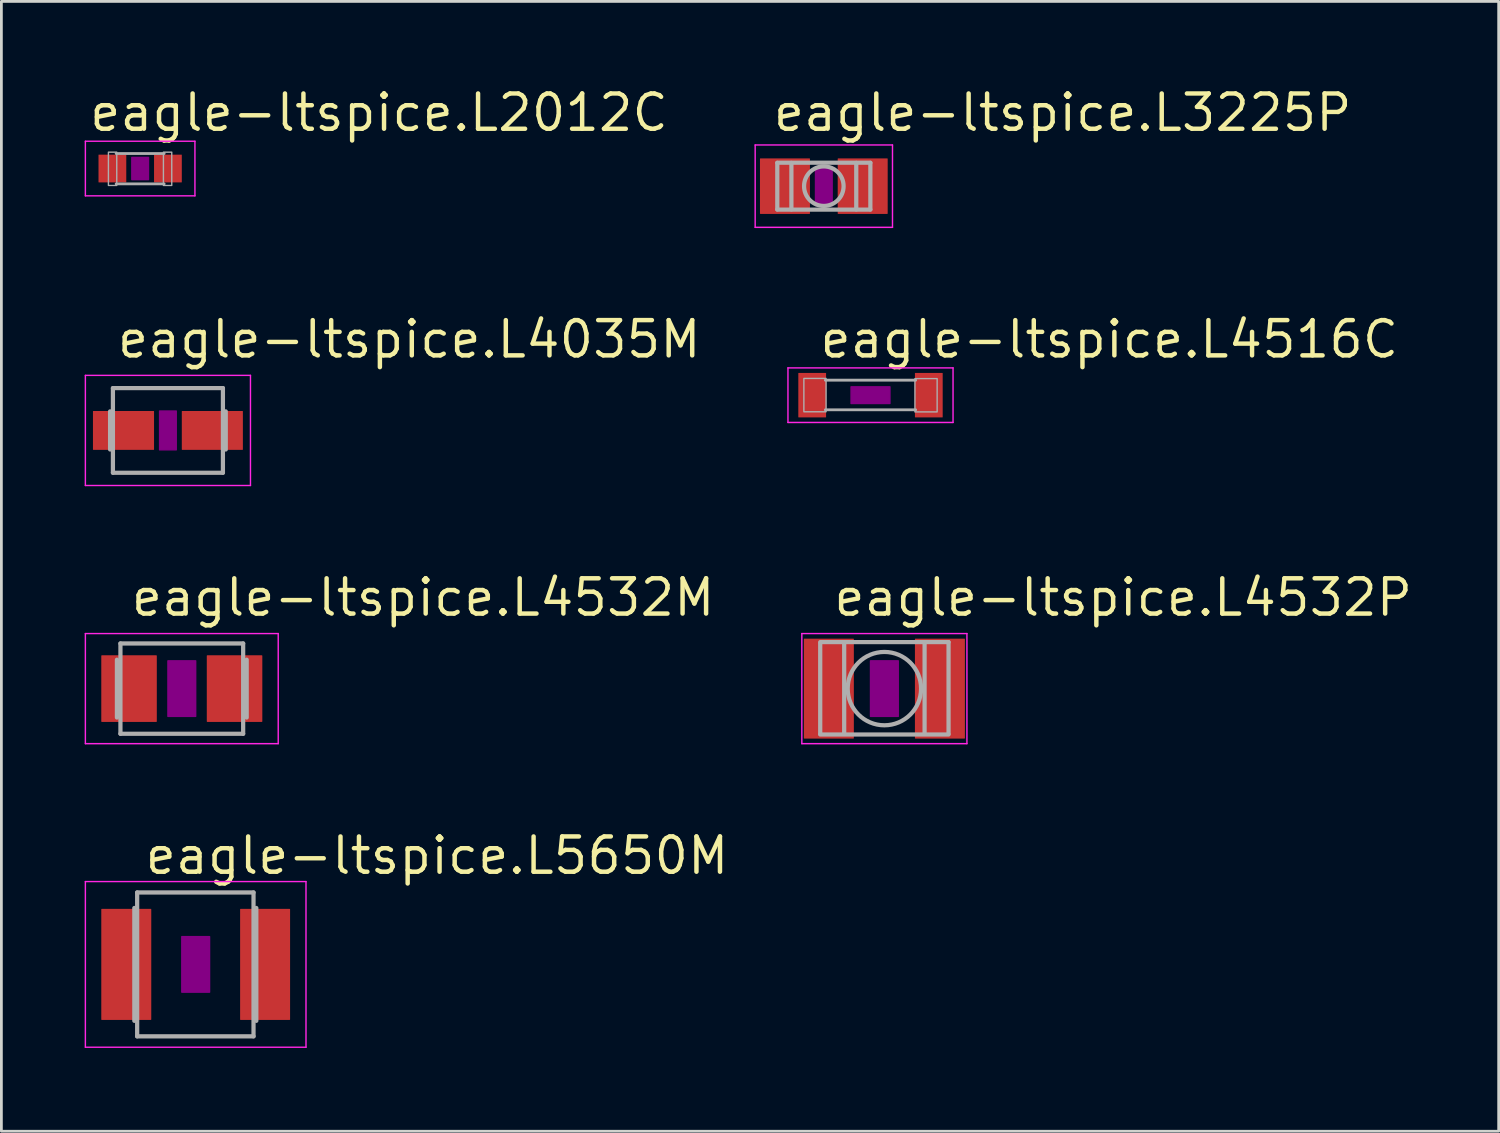
<source format=kicad_pcb>
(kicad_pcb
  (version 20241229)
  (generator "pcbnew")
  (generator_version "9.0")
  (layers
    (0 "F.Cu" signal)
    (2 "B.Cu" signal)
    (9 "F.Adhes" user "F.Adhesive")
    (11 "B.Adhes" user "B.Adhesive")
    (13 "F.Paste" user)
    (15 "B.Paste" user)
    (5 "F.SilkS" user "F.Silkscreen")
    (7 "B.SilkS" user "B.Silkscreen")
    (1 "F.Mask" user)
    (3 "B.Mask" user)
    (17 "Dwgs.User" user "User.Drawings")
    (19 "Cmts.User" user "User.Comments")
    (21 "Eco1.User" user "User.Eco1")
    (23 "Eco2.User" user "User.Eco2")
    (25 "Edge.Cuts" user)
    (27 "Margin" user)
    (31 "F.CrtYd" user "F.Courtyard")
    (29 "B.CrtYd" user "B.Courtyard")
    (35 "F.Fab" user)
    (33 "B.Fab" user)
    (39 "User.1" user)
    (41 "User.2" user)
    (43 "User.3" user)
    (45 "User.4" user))
  (footprint "eagle-ltspice.L5650M"
    (layer "F.Cu")
    (at 3.998 31.685)
    (property "Reference" "eagle-ltspice.L5650M" (at -1.905 -3.175 0) (layer "F.SilkS") (effects (font (size 1.27 1.27) (thickness 0.16)) (justify left bottom)))
    (attr smd)
    (fp_rect (start -0.5 1) (end 0.5 -1) (stroke (width 0.05) (type default)) (fill yes) (layer "F.Adhes"))
    (fp_line (start -3.973 -2.983) (end 3.973 -2.983) (stroke (width 0.051) (type default)) (layer "F.CrtYd"))
    (fp_line (start -3.973 2.983) (end -3.973 -2.983) (stroke (width 0.051) (type default)) (layer "F.CrtYd"))
    (fp_line (start 3.973 -2.983) (end 3.973 2.983) (stroke (width 0.051) (type default)) (layer "F.CrtYd"))
    (fp_line (start 3.973 2.983) (end -3.973 2.983) (stroke (width 0.051) (type default)) (layer "F.CrtYd"))
    (fp_line (start -2.21 -2.032) (end -2.21 2.032) (stroke (width 0.152) (type default)) (layer "F.Fab"))
    (fp_line (start -2.108 -2.591) (end -2.108 2.591) (stroke (width 0.152) (type default)) (layer "F.Fab"))
    (fp_line (start -2.108 2.591) (end 2.083 2.591) (stroke (width 0.152) (type default)) (layer "F.Fab"))
    (fp_line (start 2.083 -2.591) (end -2.108 -2.591) (stroke (width 0.152) (type default)) (layer "F.Fab"))
    (fp_line (start 2.083 -2.591) (end 2.083 2.591) (stroke (width 0.152) (type default)) (layer "F.Fab"))
    (fp_line (start 2.184 -2.032) (end 2.184 2.032) (stroke (width 0.152) (type default)) (layer "F.Fab"))
    (pad "1" smd roundrect (at -2.5 0) (size 1.8 4) (layers "F.Cu" "F.Mask" "F.Paste") (roundrect_rratio 0.01))
    (pad "2" smd roundrect (at 2.5 0) (size 1.8 4) (layers "F.Cu" "F.Mask" "F.Paste") (roundrect_rratio 0.01)))
  (footprint "eagle-ltspice.L4035M"
    (layer "F.Cu")
    (at 2.998 12.453)
    (property "Reference" "eagle-ltspice.L4035M" (at -1.905 -2.54 0) (layer "F.SilkS") (effects (font (size 1.27 1.27) (thickness 0.16)) (justify left bottom)))
    (attr smd)
    (fp_rect (start -0.3 0.7) (end 0.3 -0.7) (stroke (width 0.05) (type default)) (fill yes) (layer "F.Adhes"))
    (fp_line (start -2.973 -1.983) (end 2.973 -1.983) (stroke (width 0.051) (type default)) (layer "F.CrtYd"))
    (fp_line (start -2.973 1.983) (end -2.973 -1.983) (stroke (width 0.051) (type default)) (layer "F.CrtYd"))
    (fp_line (start 2.973 -1.983) (end 2.973 1.983) (stroke (width 0.051) (type default)) (layer "F.CrtYd"))
    (fp_line (start 2.973 1.983) (end -2.973 1.983) (stroke (width 0.051) (type default)) (layer "F.CrtYd"))
    (fp_line (start -2.083 -0.686) (end -2.083 0.686) (stroke (width 0.152) (type default)) (layer "F.Fab"))
    (fp_line (start -1.981 -1.524) (end -1.981 1.524) (stroke (width 0.152) (type default)) (layer "F.Fab"))
    (fp_line (start -1.981 1.524) (end 1.981 1.524) (stroke (width 0.152) (type default)) (layer "F.Fab"))
    (fp_line (start 1.981 -1.524) (end -1.981 -1.524) (stroke (width 0.152) (type default)) (layer "F.Fab"))
    (fp_line (start 1.981 1.524) (end 1.981 -1.524) (stroke (width 0.152) (type default)) (layer "F.Fab"))
    (fp_line (start 2.083 -0.686) (end 2.083 0.686) (stroke (width 0.152) (type default)) (layer "F.Fab"))
    (pad "1" smd roundrect (at -1.6 0) (size 2.2 1.4) (layers "F.Cu" "F.Mask" "F.Paste") (roundrect_rratio 0.01))
    (pad "2" smd roundrect (at 1.6 0) (size 2.2 1.4) (layers "F.Cu" "F.Mask" "F.Paste") (roundrect_rratio 0.01)))
  (footprint "eagle-ltspice.L2012C"
    (layer "F.Cu")
    (at 1.998 3.02)
    (property "Reference" "eagle-ltspice.L2012C" (at -1.905 -1.27 0) (layer "F.SilkS") (effects (font (size 1.27 1.27) (thickness 0.16)) (justify left bottom)))
    (attr smd)
    (fp_rect (start -0.3 0.4) (end 0.3 -0.4) (stroke (width 0.05) (type default)) (fill yes) (layer "F.Adhes"))
    (fp_line (start -1.973 -0.983) (end 1.973 -0.983) (stroke (width 0.051) (type default)) (layer "F.CrtYd"))
    (fp_line (start -1.973 0.983) (end -1.973 -0.983) (stroke (width 0.051) (type default)) (layer "F.CrtYd"))
    (fp_line (start 1.973 -0.983) (end 1.973 0.983) (stroke (width 0.051) (type default)) (layer "F.CrtYd"))
    (fp_line (start 1.973 0.983) (end -1.973 0.983) (stroke (width 0.051) (type default)) (layer "F.CrtYd"))
    (fp_line (start -0.864 -0.54) (end 0.864 -0.54) (stroke (width 0.102) (type default)) (layer "F.Fab"))
    (fp_line (start -0.864 0.553) (end 0.864 0.553) (stroke (width 0.102) (type default)) (layer "F.Fab"))
    (fp_rect (start -1.143 0.61) (end -0.843 -0.59) (stroke (width 0.05) (type default)) (fill no) (layer "F.Fab"))
    (fp_rect (start 0.838 0.61) (end 1.138 -0.59) (stroke (width 0.05) (type default)) (fill no) (layer "F.Fab"))
    (pad "1" smd roundrect (at -1 0) (size 1 1) (layers "F.Cu" "F.Mask" "F.Paste") (roundrect_rratio 0.01))
    (pad "2" smd roundrect (at 1 0) (size 1 1) (layers "F.Cu" "F.Mask" "F.Paste") (roundrect_rratio 0.01)))
  (footprint "eagle-ltspice.L4532P"
    (layer "F.Cu")
    (at 28.803 21.752)
    (property "Reference" "eagle-ltspice.L4532P" (at -1.905 -2.54 0) (layer "F.SilkS") (effects (font (size 1.27 1.27) (thickness 0.16)) (justify left bottom)))
    (attr smd)
    (fp_rect (start -0.5 1) (end 0.5 -1) (stroke (width 0.05) (type default)) (fill yes) (layer "F.Adhes"))
    (fp_line (start -2.973 -1.983) (end 2.973 -1.983) (stroke (width 0.051) (type default)) (layer "F.CrtYd"))
    (fp_line (start -2.973 1.983) (end -2.973 -1.983) (stroke (width 0.051) (type default)) (layer "F.CrtYd"))
    (fp_line (start 2.973 -1.983) (end 2.973 1.983) (stroke (width 0.051) (type default)) (layer "F.CrtYd"))
    (fp_line (start 2.973 1.983) (end -2.973 1.983) (stroke (width 0.051) (type default)) (layer "F.CrtYd"))
    (fp_line (start -2.311 -1.675) (end 2.311 -1.675) (stroke (width 0.152) (type default)) (layer "F.Fab"))
    (fp_line (start -2.311 -1.626) (end -2.311 1.626) (stroke (width 0.152) (type default)) (layer "F.Fab"))
    (fp_line (start -2.311 1.653) (end 2.311 1.653) (stroke (width 0.152) (type default)) (layer "F.Fab"))
    (fp_line (start -1.448 -1.651) (end -1.448 1.626) (stroke (width 0.152) (type default)) (layer "F.Fab"))
    (fp_line (start 1.448 -1.626) (end 1.448 1.626) (stroke (width 0.152) (type default)) (layer "F.Fab"))
    (fp_line (start 2.311 -1.675) (end 2.311 1.626) (stroke (width 0.152) (type default)) (layer "F.Fab"))
    (fp_circle (center 0 0) (end 1.321 0) (stroke (width 0.152) (type default)) (fill no) (layer "F.Fab"))
    (pad "1" smd roundrect (at -2 0) (size 1.8 3.6) (layers "F.Cu" "F.Mask" "F.Paste") (roundrect_rratio 0.01))
    (pad "2" smd roundrect (at 2 0) (size 1.8 3.6) (layers "F.Cu" "F.Mask" "F.Paste") (roundrect_rratio 0.01)))
  (footprint "eagle-ltspice.L4532M"
    (layer "F.Cu")
    (at 3.498 21.752)
    (property "Reference" "eagle-ltspice.L4532M" (at -1.905 -2.54 0) (layer "F.SilkS") (effects (font (size 1.27 1.27) (thickness 0.16)) (justify left bottom)))
    (attr smd)
    (fp_rect (start -0.5 1) (end 0.5 -1) (stroke (width 0.05) (type default)) (fill yes) (layer "F.Adhes"))
    (fp_line (start -3.473 -1.983) (end 3.473 -1.983) (stroke (width 0.051) (type default)) (layer "F.CrtYd"))
    (fp_line (start -3.473 1.983) (end -3.473 -1.983) (stroke (width 0.051) (type default)) (layer "F.CrtYd"))
    (fp_line (start 3.473 -1.983) (end 3.473 1.983) (stroke (width 0.051) (type default)) (layer "F.CrtYd"))
    (fp_line (start 3.473 1.983) (end -3.473 1.983) (stroke (width 0.051) (type default)) (layer "F.CrtYd"))
    (fp_line (start -2.337 -1.041) (end -2.337 1.041) (stroke (width 0.152) (type default)) (layer "F.Fab"))
    (fp_line (start -2.21 -1.626) (end -2.21 1.626) (stroke (width 0.152) (type default)) (layer "F.Fab"))
    (fp_line (start -2.21 1.626) (end 2.21 1.626) (stroke (width 0.152) (type default)) (layer "F.Fab"))
    (fp_line (start 2.21 -1.626) (end -2.21 -1.626) (stroke (width 0.152) (type default)) (layer "F.Fab"))
    (fp_line (start 2.21 -1.626) (end 2.21 1.626) (stroke (width 0.152) (type default)) (layer "F.Fab"))
    (fp_line (start 2.337 -1.041) (end 2.337 1.041) (stroke (width 0.152) (type default)) (layer "F.Fab"))
    (pad "1" smd roundrect (at -1.9 0) (size 2 2.4) (layers "F.Cu" "F.Mask" "F.Paste") (roundrect_rratio 0.01))
    (pad "2" smd roundrect (at 1.9 0) (size 2 2.4) (layers "F.Cu" "F.Mask" "F.Paste") (roundrect_rratio 0.01)))
  (footprint "eagle-ltspice.L4516C"
    (layer "F.Cu")
    (at 28.303 11.183)
    (property "Reference" "eagle-ltspice.L4516C" (at -1.905 -1.27 0) (layer "F.SilkS") (effects (font (size 1.27 1.27) (thickness 0.16)) (justify left bottom)))
    (attr smd)
    (fp_rect (start -0.7 0.3) (end 0.7 -0.3) (stroke (width 0.05) (type default)) (fill yes) (layer "F.Adhes"))
    (fp_line (start -2.973 -0.983) (end 2.973 -0.983) (stroke (width 0.051) (type default)) (layer "F.CrtYd"))
    (fp_line (start -2.973 0.983) (end -2.973 -0.983) (stroke (width 0.051) (type default)) (layer "F.CrtYd"))
    (fp_line (start 2.973 -0.983) (end 2.973 0.983) (stroke (width 0.051) (type default)) (layer "F.CrtYd"))
    (fp_line (start 2.973 0.983) (end -2.973 0.983) (stroke (width 0.051) (type default)) (layer "F.CrtYd"))
    (fp_line (start -1.626 -0.54) (end 1.626 -0.54) (stroke (width 0.102) (type default)) (layer "F.Fab"))
    (fp_line (start -1.626 0.527) (end 1.626 0.527) (stroke (width 0.102) (type default)) (layer "F.Fab"))
    (fp_rect (start -2.4 0.597) (end -1.6 -0.603) (stroke (width 0.05) (type default)) (fill no) (layer "F.Fab"))
    (fp_rect (start 1.6 0.603) (end 2.4 -0.597) (stroke (width 0.05) (type default)) (fill no) (layer "F.Fab"))
    (pad "1" smd roundrect (at -2.1 0) (size 1 1.6) (layers "F.Cu" "F.Mask" "F.Paste") (roundrect_rratio 0.01))
    (pad "2" smd roundrect (at 2.1 0) (size 1 1.6) (layers "F.Cu" "F.Mask" "F.Paste") (roundrect_rratio 0.01)))
  (footprint "eagle-ltspice.L3225P"
    (layer "F.Cu")
    (at 26.622 3.655)
    (property "Reference" "eagle-ltspice.L3225P" (at -1.905 -1.905 0) (layer "F.SilkS") (effects (font (size 1.27 1.27) (thickness 0.16)) (justify left bottom)))
    (attr smd)
    (fp_rect (start -0.3 0.7) (end 0.3 -0.7) (stroke (width 0.05) (type default)) (fill yes) (layer "F.Adhes"))
    (fp_line (start -2.473 -1.483) (end 2.473 -1.483) (stroke (width 0.051) (type default)) (layer "F.CrtYd"))
    (fp_line (start -2.473 1.483) (end -2.473 -1.483) (stroke (width 0.051) (type default)) (layer "F.CrtYd"))
    (fp_line (start 2.473 -1.483) (end 2.473 1.483) (stroke (width 0.051) (type default)) (layer "F.CrtYd"))
    (fp_line (start 2.473 1.483) (end -2.473 1.483) (stroke (width 0.051) (type default)) (layer "F.CrtYd"))
    (fp_line (start -1.676 -0.845) (end 1.676 -0.845) (stroke (width 0.152) (type default)) (layer "F.Fab"))
    (fp_line (start -1.676 -0.838) (end -1.676 0.838) (stroke (width 0.152) (type default)) (layer "F.Fab"))
    (fp_line (start -1.168 -0.838) (end -1.168 0.838) (stroke (width 0.152) (type default)) (layer "F.Fab"))
    (fp_line (start 1.168 -0.838) (end 1.168 0.838) (stroke (width 0.152) (type default)) (layer "F.Fab"))
    (fp_line (start 1.676 -0.838) (end 1.676 0.838) (stroke (width 0.152) (type default)) (layer "F.Fab"))
    (fp_line (start 1.676 0.845) (end -1.676 0.845) (stroke (width 0.152) (type default)) (layer "F.Fab"))
    (fp_circle (center 0 0) (end 0.712 0) (stroke (width 0.152) (type default)) (fill no) (layer "F.Fab"))
    (pad "1" smd roundrect (at -1.4 0) (size 1.8 2) (layers "F.Cu" "F.Mask" "F.Paste") (roundrect_rratio 0.01))
    (pad "2" smd roundrect (at 1.4 0) (size 1.8 2) (layers "F.Cu" "F.Mask" "F.Paste") (roundrect_rratio 0.01)))
  (gr_rect
    (start -3 -3)
    (end 50.928 37.694)
    (stroke (width 0.1) (type default))
    (fill no)
    (layer "Edge.Cuts")))
</source>
